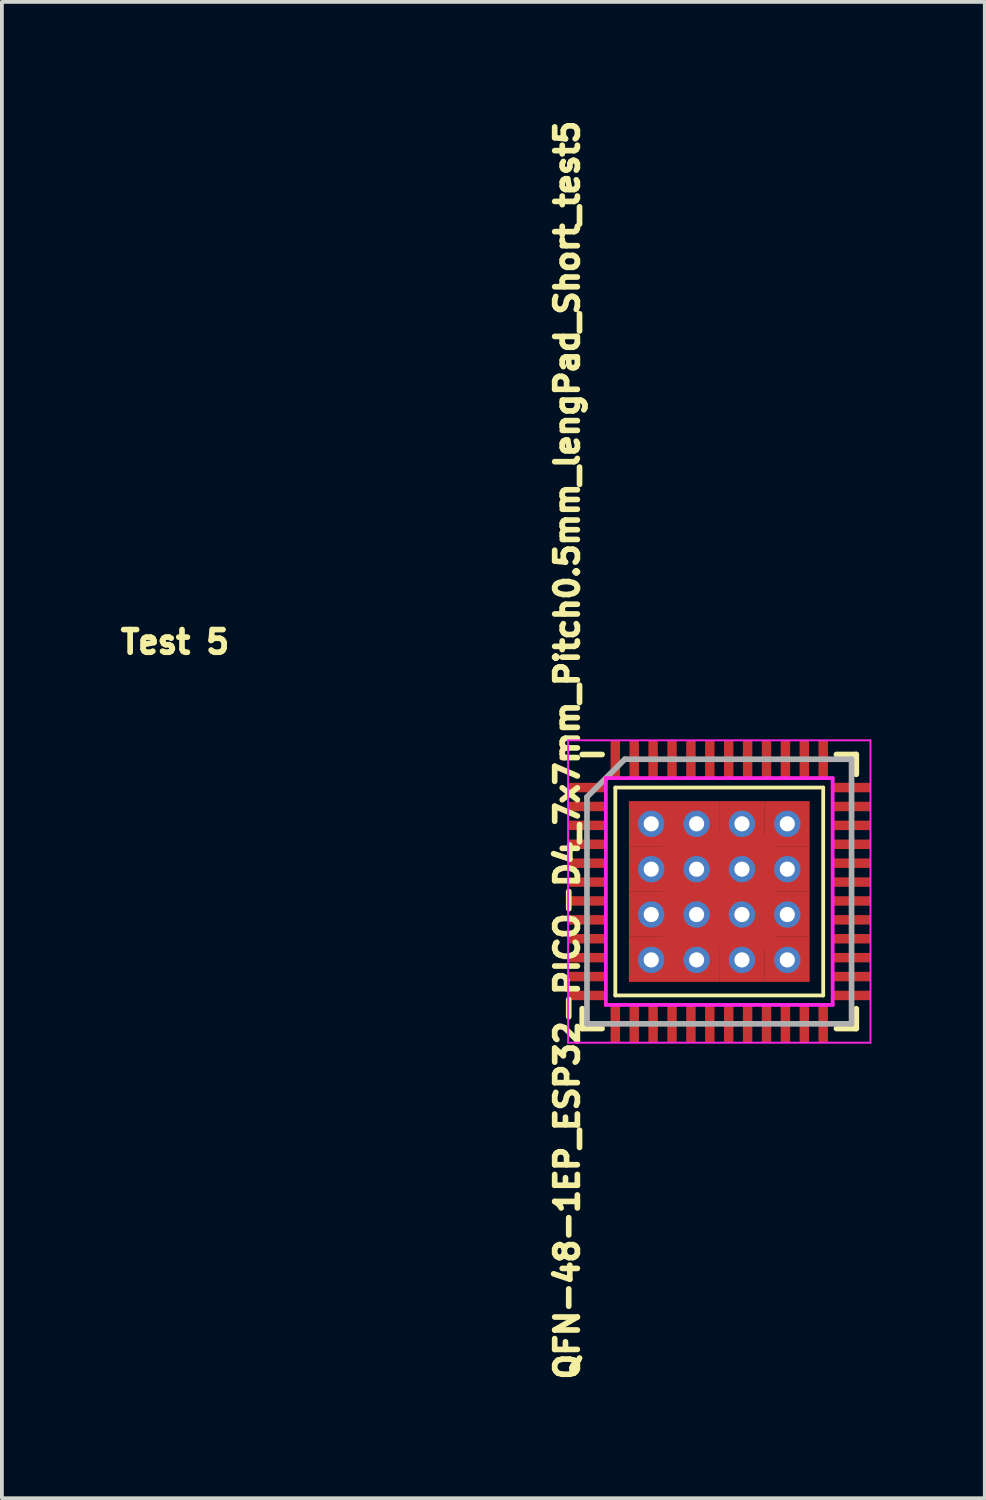
<source format=kicad_pcb>
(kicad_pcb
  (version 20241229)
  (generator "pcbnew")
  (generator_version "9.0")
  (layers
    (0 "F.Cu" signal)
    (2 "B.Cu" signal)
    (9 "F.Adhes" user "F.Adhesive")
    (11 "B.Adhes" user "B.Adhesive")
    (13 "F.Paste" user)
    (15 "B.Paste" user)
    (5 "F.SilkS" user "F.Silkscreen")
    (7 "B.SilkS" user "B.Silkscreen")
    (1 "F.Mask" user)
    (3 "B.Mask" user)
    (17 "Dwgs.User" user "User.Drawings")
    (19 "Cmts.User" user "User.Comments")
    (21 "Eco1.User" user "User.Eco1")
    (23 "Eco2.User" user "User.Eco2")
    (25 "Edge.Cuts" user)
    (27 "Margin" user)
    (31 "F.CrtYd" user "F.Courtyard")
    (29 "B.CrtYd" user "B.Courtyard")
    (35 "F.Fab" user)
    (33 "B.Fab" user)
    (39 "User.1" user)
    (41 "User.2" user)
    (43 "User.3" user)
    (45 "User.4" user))
  (footprint "QFN-48-1EP_ESP32-PICO-D4_7x7mm_Pitch0.5mm_lengPad_Short_test5"
    (layer "F.Cu")
    (at 15.979 20.536)
    (property "Reference" "QFN-48-1EP_ESP32-PICO-D4_7x7mm_Pitch0.5mm_lengPad_Short_test5" (at -4.024 -3.743 90) (layer "F.SilkS") (effects (font (size 0.6 0.6) (thickness 0.15))))
    (attr smd)
    (fp_line (start -3.625 -3.625) (end -3.1 -3.625) (stroke (width 0.15) (type solid)) (layer "F.SilkS"))
    (fp_line (start -3.625 3.625) (end -3.625 3.1) (stroke (width 0.15) (type solid)) (layer "F.SilkS"))
    (fp_line (start -3.625 3.625) (end -3.1 3.625) (stroke (width 0.15) (type solid)) (layer "F.SilkS"))
    (fp_line (start -2.75 -2.75) (end 2.75 -2.75) (stroke (width 0.1) (type solid)) (layer "F.SilkS"))
    (fp_line (start -2.75 2.75) (end -2.75 -2.75) (stroke (width 0.1) (type solid)) (layer "F.SilkS"))
    (fp_line (start -2.75 2.75) (end 2.75 2.75) (stroke (width 0.1) (type solid)) (layer "F.SilkS"))
    (fp_line (start 2.75 2.75) (end 2.75 -2.75) (stroke (width 0.1) (type solid)) (layer "F.SilkS"))
    (fp_line (start 3.625 -3.625) (end 3.1 -3.625) (stroke (width 0.15) (type solid)) (layer "F.SilkS"))
    (fp_line (start 3.625 -3.625) (end 3.625 -3.1) (stroke (width 0.15) (type solid)) (layer "F.SilkS"))
    (fp_line (start 3.625 3.625) (end 3.1 3.625) (stroke (width 0.15) (type solid)) (layer "F.SilkS"))
    (fp_line (start 3.625 3.625) (end 3.625 3.1) (stroke (width 0.15) (type solid)) (layer "F.SilkS"))
    (fp_line (start -4 -4) (end -4 4) (stroke (width 0.05) (type solid)) (layer "F.CrtYd"))
    (fp_line (start -4 -4) (end 4 -4) (stroke (width 0.05) (type solid)) (layer "F.CrtYd"))
    (fp_line (start -4 4) (end 4 4) (stroke (width 0.05) (type solid)) (layer "F.CrtYd"))
    (fp_line (start -3 -3) (end 3 -3) (stroke (width 0.1) (type solid)) (layer "F.CrtYd"))
    (fp_line (start -3 3) (end -3 -3) (stroke (width 0.1) (type solid)) (layer "F.CrtYd"))
    (fp_line (start 3 -3) (end 3 3) (stroke (width 0.1) (type solid)) (layer "F.CrtYd"))
    (fp_line (start 3 3) (end -3 3) (stroke (width 0.1) (type solid)) (layer "F.CrtYd"))
    (fp_line (start 4 -4) (end 4 4) (stroke (width 0.05) (type solid)) (layer "F.CrtYd"))
    (fp_line (start -3.5 -2.5) (end -2.5 -3.5) (stroke (width 0.15) (type solid)) (layer "F.Fab"))
    (fp_line (start -3.5 3.5) (end -3.5 -2.5) (stroke (width 0.15) (type solid)) (layer "F.Fab"))
    (fp_line (start -2.5 -3.5) (end 3.5 -3.5) (stroke (width 0.15) (type solid)) (layer "F.Fab"))
    (fp_line (start 3.5 -3.5) (end 3.5 3.5) (stroke (width 0.15) (type solid)) (layer "F.Fab"))
    (fp_line (start 3.5 3.5) (end -3.5 3.5) (stroke (width 0.15) (type solid)) (layer "F.Fab"))
    (fp_text user "Test 5" (at -14.4 -6.6 0) (layer "F.SilkS") (effects (font (size 0.6 0.6) (thickness 0.15))))
    (pad "1" smd rect (at -3.5 -2.75) (size 1 0.25) (layers "F.Cu" "F.Mask" "F.Paste"))
    (pad "2" smd rect (at -3.5 -2.25) (size 1 0.25) (layers "F.Cu" "F.Mask" "F.Paste"))
    (pad "3" smd rect (at -3.5 -1.75) (size 1 0.25) (layers "F.Cu" "F.Mask" "F.Paste"))
    (pad "4" smd rect (at -3.5 -1.25) (size 1 0.25) (layers "F.Cu" "F.Mask" "F.Paste"))
    (pad "5" smd rect (at -3.5 -0.75) (size 1 0.25) (layers "F.Cu" "F.Mask" "F.Paste"))
    (pad "6" smd rect (at -3.5 -0.25) (size 1 0.25) (layers "F.Cu" "F.Mask" "F.Paste"))
    (pad "7" smd rect (at -3.5 0.25) (size 1 0.25) (layers "F.Cu" "F.Mask" "F.Paste"))
    (pad "8" smd rect (at -3.5 0.75) (size 1 0.25) (layers "F.Cu" "F.Mask" "F.Paste"))
    (pad "9" smd rect (at -3.5 1.25) (size 1 0.25) (layers "F.Cu" "F.Mask" "F.Paste"))
    (pad "10" smd rect (at -3.5 1.75) (size 1 0.25) (layers "F.Cu" "F.Mask" "F.Paste"))
    (pad "11" smd rect (at -3.5 2.25) (size 1 0.25) (layers "F.Cu" "F.Mask" "F.Paste"))
    (pad "12" smd rect (at -3.5 2.75) (size 1 0.25) (layers "F.Cu" "F.Mask" "F.Paste"))
    (pad "13" smd rect (at -2.75 3.5 90) (size 1 0.25) (layers "F.Cu" "F.Mask" "F.Paste"))
    (pad "14" smd rect (at -2.25 3.5 90) (size 1 0.25) (layers "F.Cu" "F.Mask" "F.Paste"))
    (pad "15" smd rect (at -1.75 3.5 90) (size 1 0.25) (layers "F.Cu" "F.Mask" "F.Paste"))
    (pad "16" smd rect (at -1.25 3.5 90) (size 1 0.25) (layers "F.Cu" "F.Mask" "F.Paste"))
    (pad "17" smd rect (at -0.75 3.5 90) (size 1 0.25) (layers "F.Cu" "F.Mask" "F.Paste"))
    (pad "18" smd rect (at -0.25 3.5 90) (size 1 0.25) (layers "F.Cu" "F.Mask" "F.Paste"))
    (pad "19" smd rect (at 0.25 3.5 90) (size 1 0.25) (layers "F.Cu" "F.Mask" "F.Paste"))
    (pad "20" smd rect (at 0.75 3.5 90) (size 1 0.25) (layers "F.Cu" "F.Mask" "F.Paste"))
    (pad "21" smd rect (at 1.25 3.5 90) (size 1 0.25) (layers "F.Cu" "F.Mask" "F.Paste"))
    (pad "22" smd rect (at 1.75 3.5 90) (size 1 0.25) (layers "F.Cu" "F.Mask" "F.Paste"))
    (pad "23" smd rect (at 2.25 3.5 90) (size 1 0.25) (layers "F.Cu" "F.Mask" "F.Paste"))
    (pad "24" smd rect (at 2.75 3.5 90) (size 1 0.25) (layers "F.Cu" "F.Mask" "F.Paste"))
    (pad "25" smd rect (at 3.5 2.75) (size 1 0.25) (layers "F.Cu" "F.Mask" "F.Paste"))
    (pad "26" smd rect (at 3.5 2.25) (size 1 0.25) (layers "F.Cu" "F.Mask" "F.Paste"))
    (pad "27" smd rect (at 3.5 1.75) (size 1 0.25) (layers "F.Cu" "F.Mask" "F.Paste"))
    (pad "28" smd rect (at 3.5 1.25) (size 1 0.25) (layers "F.Cu" "F.Mask" "F.Paste"))
    (pad "29" smd rect (at 3.5 0.75) (size 1 0.25) (layers "F.Cu" "F.Mask" "F.Paste"))
    (pad "30" smd rect (at 3.5 0.25) (size 1 0.25) (layers "F.Cu" "F.Mask" "F.Paste"))
    (pad "31" smd rect (at 3.5 -0.25) (size 1 0.25) (layers "F.Cu" "F.Mask" "F.Paste"))
    (pad "32" smd rect (at 3.5 -0.75) (size 1 0.25) (layers "F.Cu" "F.Mask" "F.Paste"))
    (pad "33" smd rect (at 3.5 -1.25) (size 1 0.25) (layers "F.Cu" "F.Mask" "F.Paste"))
    (pad "34" smd rect (at 3.5 -1.75) (size 1 0.25) (layers "F.Cu" "F.Mask" "F.Paste"))
    (pad "35" smd rect (at 3.5 -2.25) (size 1 0.25) (layers "F.Cu" "F.Mask" "F.Paste"))
    (pad "36" smd rect (at 3.5 -2.75) (size 1 0.25) (layers "F.Cu" "F.Mask" "F.Paste"))
    (pad "37" smd rect (at 2.75 -3.5 90) (size 1 0.25) (layers "F.Cu" "F.Mask" "F.Paste"))
    (pad "38" smd rect (at 2.25 -3.5 90) (size 1 0.25) (layers "F.Cu" "F.Mask" "F.Paste"))
    (pad "39" smd rect (at 1.75 -3.5 90) (size 1 0.25) (layers "F.Cu" "F.Mask" "F.Paste"))
    (pad "40" smd rect (at 1.25 -3.5 90) (size 1 0.25) (layers "F.Cu" "F.Mask" "F.Paste"))
    (pad "41" smd rect (at 0.75 -3.5 90) (size 1 0.25) (layers "F.Cu" "F.Mask" "F.Paste"))
    (pad "42" smd rect (at 0.25 -3.5 90) (size 1 0.25) (layers "F.Cu" "F.Mask" "F.Paste"))
    (pad "43" smd rect (at -0.25 -3.5 90) (size 1 0.25) (layers "F.Cu" "F.Mask" "F.Paste"))
    (pad "44" smd rect (at -0.75 -3.5 90) (size 1 0.25) (layers "F.Cu" "F.Mask" "F.Paste"))
    (pad "45" smd rect (at -1.25 -3.5 90) (size 1 0.25) (layers "F.Cu" "F.Mask" "F.Paste"))
    (pad "46" smd rect (at -1.75 -3.5 90) (size 1 0.25) (layers "F.Cu" "F.Mask" "F.Paste"))
    (pad "47" smd rect (at -2.25 -3.5 90) (size 1 0.25) (layers "F.Cu" "F.Mask" "F.Paste"))
    (pad "48" smd rect (at -2.75 -3.5 90) (size 1 0.25) (layers "F.Cu" "F.Mask" "F.Paste"))
    (pad "49" thru_hole circle (at -1.8 -1.791) (size 0.7 0.7) (drill 0.4) (layers "*.Cu" "F.Mask"))
    (pad "49" thru_hole circle (at -1.8 -0.591) (size 0.7 0.7) (drill 0.4) (layers "*.Cu" "F.Mask"))
    (pad "49" thru_hole circle (at -1.8 0.609) (size 0.7 0.7) (drill 0.4) (layers "*.Cu" "F.Mask"))
    (pad "49" thru_hole circle (at -1.8 1.809) (size 0.7 0.7) (drill 0.4) (layers "*.Cu" "F.Mask"))
    (pad "49" smd rect (at -1.791 -1.791) (size 1.2 1.2) (layers "F.Cu" "F.Mask"))
    (pad "49" smd rect (at -1.791 -0.597) (size 1.2 1.2) (layers "F.Cu" "F.Mask"))
    (pad "49" smd rect (at -1.791 0.597) (size 1.2 1.2) (layers "F.Cu" "F.Mask"))
    (pad "49" smd rect (at -1.791 1.791) (size 1.2 1.2) (layers "F.Cu" "F.Mask"))
    (pad "49" smd rect (at -1 -1) (size 1 1) (layers "F.Cu" "F.Mask" "F.Paste"))
    (pad "49" smd rect (at -1 0) (size 1 1) (layers "F.Cu" "F.Mask" "F.Paste"))
    (pad "49" smd rect (at -1 1) (size 1 1) (layers "F.Cu" "F.Mask" "F.Paste"))
    (pad "49" thru_hole circle (at -0.6 -1.791) (size 0.7 0.7) (drill 0.4) (layers "*.Cu" "F.Mask"))
    (pad "49" thru_hole circle (at -0.6 -0.591) (size 0.7 0.7) (drill 0.4) (layers "*.Cu" "F.Mask"))
    (pad "49" thru_hole circle (at -0.6 0.609) (size 0.7 0.7) (drill 0.4) (layers "*.Cu" "F.Mask"))
    (pad "49" thru_hole circle (at -0.6 1.809) (size 0.7 0.7) (drill 0.4) (layers "*.Cu" "F.Mask"))
    (pad "49" smd rect (at -0.597 -1.791) (size 1.2 1.2) (layers "F.Cu" "F.Mask"))
    (pad "49" smd rect (at -0.597 -0.597) (size 1.2 1.2) (layers "F.Cu" "F.Mask"))
    (pad "49" smd rect (at -0.597 0.597) (size 1.2 1.2) (layers "F.Cu" "F.Mask"))
    (pad "49" smd rect (at -0.597 1.791) (size 1.2 1.2) (layers "F.Cu" "F.Mask"))
    (pad "49" smd rect (at 0 -1) (size 1 1) (layers "F.Cu" "F.Mask" "F.Paste"))
    (pad "49" smd rect (at 0 0) (size 1 1) (layers "F.Cu" "F.Mask" "F.Paste"))
    (pad "49" smd rect (at 0.05 1) (size 1 1) (layers "F.Cu" "F.Mask" "F.Paste"))
    (pad "49" smd rect (at 0.597 -1.791) (size 1.2 1.2) (layers "F.Cu" "F.Mask"))
    (pad "49" smd rect (at 0.597 -0.597) (size 1.2 1.2) (layers "F.Cu" "F.Mask"))
    (pad "49" smd rect (at 0.597 0.597) (size 1.2 1.2) (layers "F.Cu" "F.Mask"))
    (pad "49" smd rect (at 0.597 1.791) (size 1.2 1.2) (layers "F.Cu" "F.Mask"))
    (pad "49" thru_hole circle (at 0.6 -1.791) (size 0.7 0.7) (drill 0.4) (layers "*.Cu" "F.Mask"))
    (pad "49" thru_hole circle (at 0.6 -0.591) (size 0.7 0.7) (drill 0.4) (layers "*.Cu" "F.Mask"))
    (pad "49" thru_hole circle (at 0.6 0.609) (size 0.7 0.7) (drill 0.4) (layers "*.Cu" "F.Mask"))
    (pad "49" thru_hole circle (at 0.6 1.809) (size 0.7 0.7) (drill 0.4) (layers "*.Cu" "F.Mask"))
    (pad "49" smd rect (at 1 -1) (size 1 1) (layers "F.Cu" "F.Mask" "F.Paste"))
    (pad "49" smd rect (at 1 0) (size 1 1) (layers "F.Cu" "F.Mask" "F.Paste"))
    (pad "49" smd rect (at 1 1) (size 1 1) (layers "F.Cu" "F.Mask" "F.Paste"))
    (pad "49" smd rect (at 1.791 -1.791) (size 1.2 1.2) (layers "F.Cu" "F.Mask"))
    (pad "49" smd rect (at 1.791 -0.597) (size 1.2 1.2) (layers "F.Cu" "F.Mask"))
    (pad "49" smd rect (at 1.791 0.597) (size 1.2 1.2) (layers "F.Cu" "F.Mask"))
    (pad "49" smd rect (at 1.791 1.791) (size 1.2 1.2) (layers "F.Cu" "F.Mask"))
    (pad "49" thru_hole circle (at 1.8 -1.791) (size 0.7 0.7) (drill 0.4) (layers "*.Cu" "F.Mask"))
    (pad "49" thru_hole circle (at 1.8 -0.591) (size 0.7 0.7) (drill 0.4) (layers "*.Cu" "F.Mask"))
    (pad "49" thru_hole circle (at 1.8 0.609) (size 0.7 0.7) (drill 0.4) (layers "*.Cu" "F.Mask"))
    (pad "49" thru_hole circle (at 1.8 1.809) (size 0.7 0.7) (drill 0.4) (layers "*.Cu" "F.Mask")))
  (gr_rect
    (start -3 -3)
    (end 23.004 36.587)
    (stroke (width 0.1) (type default))
    (fill no)
    (layer "Edge.Cuts")))
</source>
